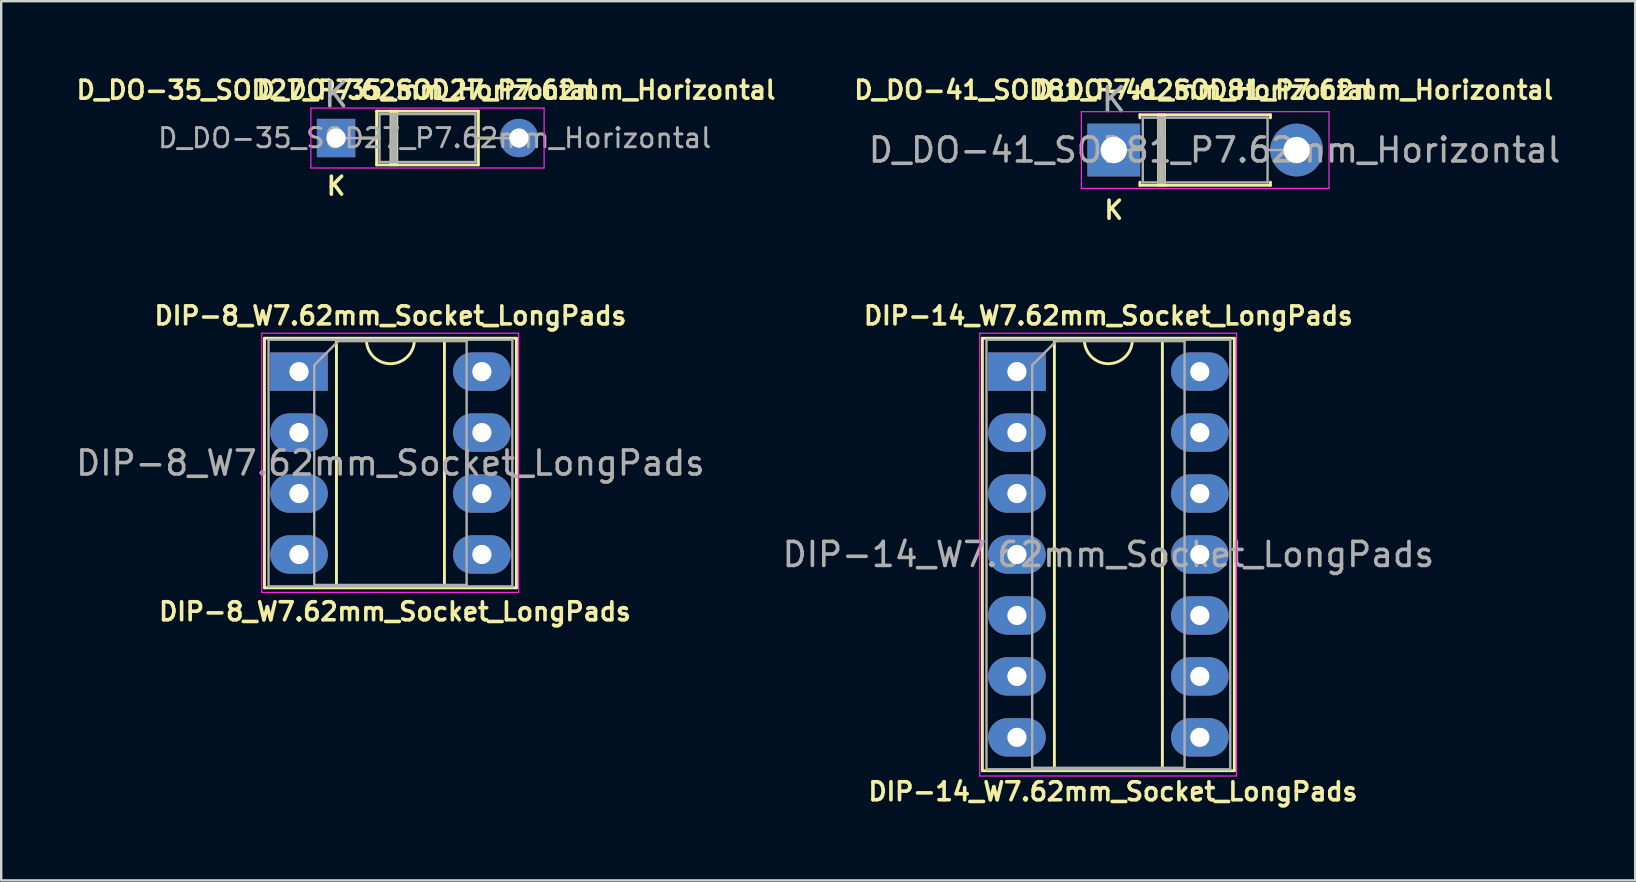
<source format=kicad_pcb>
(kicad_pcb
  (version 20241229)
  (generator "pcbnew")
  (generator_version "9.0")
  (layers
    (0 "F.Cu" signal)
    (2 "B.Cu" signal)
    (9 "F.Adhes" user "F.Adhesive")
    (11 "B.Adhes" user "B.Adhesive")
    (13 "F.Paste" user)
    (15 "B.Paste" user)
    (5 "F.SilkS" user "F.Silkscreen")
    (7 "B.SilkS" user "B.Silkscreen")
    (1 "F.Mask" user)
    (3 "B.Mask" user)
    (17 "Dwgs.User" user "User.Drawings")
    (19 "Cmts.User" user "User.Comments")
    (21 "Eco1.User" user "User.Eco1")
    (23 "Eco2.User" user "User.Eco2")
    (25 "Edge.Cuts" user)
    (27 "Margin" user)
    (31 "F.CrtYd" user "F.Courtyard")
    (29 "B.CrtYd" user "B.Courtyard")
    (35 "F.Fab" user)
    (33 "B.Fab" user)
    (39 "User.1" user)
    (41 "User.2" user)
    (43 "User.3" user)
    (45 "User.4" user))
  (footprint "D_DO-41_SOD81_P7.62mm_Horizontal"
    (layer "F.Cu")
    (at 43.361 3.202)
    (property "Reference" "D_DO-41_SOD81_P7.62mm_Horizontal" (at 0 -2.5 0) (layer "F.SilkS") (effects (font (size 0.75 0.75) (thickness 0.15))))
    (property "Value" "D_DO-41_SOD81_P7.62mm_Horizontal" (at 3.81 2.47 0) (layer "F.Fab") (hide yes) (effects (font (size 1 1) (thickness 0.15))))
    (attr through_hole)
    (fp_line (start 1.09 -1.47) (end 6.53 -1.47) (stroke (width 0.12) (type solid)) (layer "F.SilkS"))
    (fp_line (start 1.09 -1.34) (end 1.09 -1.47) (stroke (width 0.12) (type solid)) (layer "F.SilkS"))
    (fp_line (start 1.09 1.34) (end 1.09 1.47) (stroke (width 0.12) (type solid)) (layer "F.SilkS"))
    (fp_line (start 1.09 1.47) (end 6.53 1.47) (stroke (width 0.12) (type solid)) (layer "F.SilkS"))
    (fp_line (start 1.87 -1.47) (end 1.87 1.47) (stroke (width 0.12) (type solid)) (layer "F.SilkS"))
    (fp_line (start 1.99 -1.47) (end 1.99 1.47) (stroke (width 0.12) (type solid)) (layer "F.SilkS"))
    (fp_line (start 2.11 -1.47) (end 2.11 1.47) (stroke (width 0.12) (type solid)) (layer "F.SilkS"))
    (fp_line (start 6.53 -1.47) (end 6.53 -1.34) (stroke (width 0.12) (type solid)) (layer "F.SilkS"))
    (fp_line (start 6.53 1.47) (end 6.53 1.34) (stroke (width 0.12) (type solid)) (layer "F.SilkS"))
    (fp_line (start -1.35 -1.6) (end -1.35 1.6) (stroke (width 0.05) (type solid)) (layer "F.CrtYd"))
    (fp_line (start -1.35 1.6) (end 8.97 1.6) (stroke (width 0.05) (type solid)) (layer "F.CrtYd"))
    (fp_line (start 8.97 -1.6) (end -1.35 -1.6) (stroke (width 0.05) (type solid)) (layer "F.CrtYd"))
    (fp_line (start 8.97 1.6) (end 8.97 -1.6) (stroke (width 0.05) (type solid)) (layer "F.CrtYd"))
    (fp_line (start 0 0) (end 1.21 0) (stroke (width 0.1) (type solid)) (layer "F.Fab"))
    (fp_line (start 1.21 -1.35) (end 1.21 1.35) (stroke (width 0.1) (type solid)) (layer "F.Fab"))
    (fp_line (start 1.21 1.35) (end 6.41 1.35) (stroke (width 0.1) (type solid)) (layer "F.Fab"))
    (fp_line (start 1.89 -1.35) (end 1.89 1.35) (stroke (width 0.1) (type solid)) (layer "F.Fab"))
    (fp_line (start 1.99 -1.35) (end 1.99 1.35) (stroke (width 0.1) (type solid)) (layer "F.Fab"))
    (fp_line (start 2.09 -1.35) (end 2.09 1.35) (stroke (width 0.1) (type solid)) (layer "F.Fab"))
    (fp_line (start 6.41 -1.35) (end 1.21 -1.35) (stroke (width 0.1) (type solid)) (layer "F.Fab"))
    (fp_line (start 6.41 1.35) (end 6.41 -1.35) (stroke (width 0.1) (type solid)) (layer "F.Fab"))
    (fp_line (start 7.62 0) (end 6.41 0) (stroke (width 0.1) (type solid)) (layer "F.Fab"))
    (fp_text user "K" (at 0 2.5 0) (layer "F.SilkS") (effects (font (size 0.75 0.75) (thickness 0.15))))
    (fp_text user "${VALUE}" (at 7.5 -2.5 0) (layer "F.SilkS") (effects (font (size 0.75 0.75) (thickness 0.15))))
    (fp_text user "K" (at 0 -2.1 0) (layer "F.Fab") (effects (font (size 1 1) (thickness 0.15))))
    (fp_text user "${REFERENCE}" (at 4.2 0 0) (layer "F.Fab") (effects (font (size 1 1) (thickness 0.15))))
    (pad "1" thru_hole rect (at 0 0) (size 2.2 2.2) (drill 1.1) (layers "*.Cu" "*.Mask"))
    (pad "2" thru_hole oval (at 7.62 0) (size 2.2 2.2) (drill 1.1) (layers "*.Cu" "*.Mask")))
  (footprint "DIP-14_W7.62mm_Socket_LongPads"
    (layer "F.Cu")
    (at 39.327 12.436)
    (property "Reference" "DIP-14_W7.62mm_Socket_LongPads" (at 3.81 -2.33 0) (layer "F.SilkS") (effects (font (size 0.75 0.75) (thickness 0.15))))
    (property "Value" "DIP-14_W7.62mm_Socket_LongPads" (at 3.81 17.57 0) (layer "F.Fab") (hide yes) (effects (font (size 1 1) (thickness 0.15))))
    (attr through_hole)
    (fp_line (start -1.44 -1.39) (end -1.44 16.63) (stroke (width 0.12) (type solid)) (layer "F.SilkS"))
    (fp_line (start -1.44 16.63) (end 9.06 16.63) (stroke (width 0.12) (type solid)) (layer "F.SilkS"))
    (fp_line (start 1.56 -1.33) (end 1.56 16.57) (stroke (width 0.12) (type solid)) (layer "F.SilkS"))
    (fp_line (start 1.56 16.57) (end 6.06 16.57) (stroke (width 0.12) (type solid)) (layer "F.SilkS"))
    (fp_line (start 2.81 -1.33) (end 1.56 -1.33) (stroke (width 0.12) (type solid)) (layer "F.SilkS"))
    (fp_line (start 6.06 -1.33) (end 4.81 -1.33) (stroke (width 0.12) (type solid)) (layer "F.SilkS"))
    (fp_line (start 6.06 16.57) (end 6.06 -1.33) (stroke (width 0.12) (type solid)) (layer "F.SilkS"))
    (fp_line (start 9.06 -1.39) (end -1.44 -1.39) (stroke (width 0.12) (type solid)) (layer "F.SilkS"))
    (fp_line (start 9.06 16.63) (end 9.06 -1.39) (stroke (width 0.12) (type solid)) (layer "F.SilkS"))
    (fp_arc (start 4.81 -1.33) (mid 3.81 -0.33) (end 2.81 -1.33) (stroke (width 0.12) (type solid)) (layer "F.SilkS"))
    (fp_line (start -1.55 -1.6) (end -1.55 16.85) (stroke (width 0.05) (type solid)) (layer "F.CrtYd"))
    (fp_line (start -1.55 16.85) (end 9.15 16.85) (stroke (width 0.05) (type solid)) (layer "F.CrtYd"))
    (fp_line (start 9.15 -1.6) (end -1.55 -1.6) (stroke (width 0.05) (type solid)) (layer "F.CrtYd"))
    (fp_line (start 9.15 16.85) (end 9.15 -1.6) (stroke (width 0.05) (type solid)) (layer "F.CrtYd"))
    (fp_line (start -1.27 -1.33) (end -1.27 16.57) (stroke (width 0.1) (type solid)) (layer "F.Fab"))
    (fp_line (start -1.27 16.57) (end 8.89 16.57) (stroke (width 0.1) (type solid)) (layer "F.Fab"))
    (fp_line (start 0.635 -0.27) (end 1.635 -1.27) (stroke (width 0.1) (type solid)) (layer "F.Fab"))
    (fp_line (start 0.635 16.51) (end 0.635 -0.27) (stroke (width 0.1) (type solid)) (layer "F.Fab"))
    (fp_line (start 1.635 -1.27) (end 6.985 -1.27) (stroke (width 0.1) (type solid)) (layer "F.Fab"))
    (fp_line (start 6.985 -1.27) (end 6.985 16.51) (stroke (width 0.1) (type solid)) (layer "F.Fab"))
    (fp_line (start 6.985 16.51) (end 0.635 16.51) (stroke (width 0.1) (type solid)) (layer "F.Fab"))
    (fp_line (start 8.89 -1.33) (end -1.27 -1.33) (stroke (width 0.1) (type solid)) (layer "F.Fab"))
    (fp_line (start 8.89 16.57) (end 8.89 -1.33) (stroke (width 0.1) (type solid)) (layer "F.Fab"))
    (fp_text user "${VALUE}" (at 4 17.5 0) (layer "F.SilkS") (effects (font (size 0.75 0.75) (thickness 0.15))))
    (fp_text user "${REFERENCE}" (at 3.81 7.62 0) (layer "F.Fab") (effects (font (size 1 1) (thickness 0.15))))
    (pad "1" thru_hole rect (at 0 0) (size 2.4 1.6) (drill 0.8) (layers "*.Cu" "*.Mask"))
    (pad "2" thru_hole oval (at 0 2.54) (size 2.4 1.6) (drill 0.8) (layers "*.Cu" "*.Mask"))
    (pad "3" thru_hole oval (at 0 5.08) (size 2.4 1.6) (drill 0.8) (layers "*.Cu" "*.Mask"))
    (pad "4" thru_hole oval (at 0 7.62) (size 2.4 1.6) (drill 0.8) (layers "*.Cu" "*.Mask"))
    (pad "5" thru_hole oval (at 0 10.16) (size 2.4 1.6) (drill 0.8) (layers "*.Cu" "*.Mask"))
    (pad "6" thru_hole oval (at 0 12.7) (size 2.4 1.6) (drill 0.8) (layers "*.Cu" "*.Mask"))
    (pad "7" thru_hole oval (at 0 15.24) (size 2.4 1.6) (drill 0.8) (layers "*.Cu" "*.Mask"))
    (pad "8" thru_hole oval (at 7.62 15.24) (size 2.4 1.6) (drill 0.8) (layers "*.Cu" "*.Mask"))
    (pad "9" thru_hole oval (at 7.62 12.7) (size 2.4 1.6) (drill 0.8) (layers "*.Cu" "*.Mask"))
    (pad "10" thru_hole oval (at 7.62 10.16) (size 2.4 1.6) (drill 0.8) (layers "*.Cu" "*.Mask"))
    (pad "11" thru_hole oval (at 7.62 7.62) (size 2.4 1.6) (drill 0.8) (layers "*.Cu" "*.Mask"))
    (pad "12" thru_hole oval (at 7.62 5.08) (size 2.4 1.6) (drill 0.8) (layers "*.Cu" "*.Mask"))
    (pad "13" thru_hole oval (at 7.62 2.54) (size 2.4 1.6) (drill 0.8) (layers "*.Cu" "*.Mask"))
    (pad "14" thru_hole oval (at 7.62 0) (size 2.4 1.6) (drill 0.8) (layers "*.Cu" "*.Mask")))
  (footprint "D_DO-35_SOD27_P7.62mm_Horizontal"
    (layer "F.Cu")
    (at 10.954 2.702)
    (property "Reference" "D_DO-35_SOD27_P7.62mm_Horizontal" (at 0 -2 0) (layer "F.SilkS") (effects (font (size 0.75 0.75) (thickness 0.15))))
    (property "Value" "D_DO-35_SOD27_P7.62mm_Horizontal" (at 3.81 2.12 0) (layer "F.Fab") (hide yes) (effects (font (size 1 1) (thickness 0.15))))
    (attr through_hole)
    (fp_line (start 1.04 0) (end 1.69 0) (stroke (width 0.12) (type solid)) (layer "F.SilkS"))
    (fp_line (start 1.69 -1.12) (end 1.69 1.12) (stroke (width 0.12) (type solid)) (layer "F.SilkS"))
    (fp_line (start 1.69 1.12) (end 5.93 1.12) (stroke (width 0.12) (type solid)) (layer "F.SilkS"))
    (fp_line (start 2.29 -1.12) (end 2.29 1.12) (stroke (width 0.12) (type solid)) (layer "F.SilkS"))
    (fp_line (start 2.41 -1.12) (end 2.41 1.12) (stroke (width 0.12) (type solid)) (layer "F.SilkS"))
    (fp_line (start 2.53 -1.12) (end 2.53 1.12) (stroke (width 0.12) (type solid)) (layer "F.SilkS"))
    (fp_line (start 5.93 -1.12) (end 1.69 -1.12) (stroke (width 0.12) (type solid)) (layer "F.SilkS"))
    (fp_line (start 5.93 1.12) (end 5.93 -1.12) (stroke (width 0.12) (type solid)) (layer "F.SilkS"))
    (fp_line (start 6.58 0) (end 5.93 0) (stroke (width 0.12) (type solid)) (layer "F.SilkS"))
    (fp_line (start -1.05 -1.25) (end -1.05 1.25) (stroke (width 0.05) (type solid)) (layer "F.CrtYd"))
    (fp_line (start -1.05 1.25) (end 8.67 1.25) (stroke (width 0.05) (type solid)) (layer "F.CrtYd"))
    (fp_line (start 8.67 -1.25) (end -1.05 -1.25) (stroke (width 0.05) (type solid)) (layer "F.CrtYd"))
    (fp_line (start 8.67 1.25) (end 8.67 -1.25) (stroke (width 0.05) (type solid)) (layer "F.CrtYd"))
    (fp_line (start 0 0) (end 1.81 0) (stroke (width 0.1) (type solid)) (layer "F.Fab"))
    (fp_line (start 1.81 -1) (end 1.81 1) (stroke (width 0.1) (type solid)) (layer "F.Fab"))
    (fp_line (start 1.81 1) (end 5.81 1) (stroke (width 0.1) (type solid)) (layer "F.Fab"))
    (fp_line (start 2.31 -1) (end 2.31 1) (stroke (width 0.1) (type solid)) (layer "F.Fab"))
    (fp_line (start 2.41 -1) (end 2.41 1) (stroke (width 0.1) (type solid)) (layer "F.Fab"))
    (fp_line (start 2.51 -1) (end 2.51 1) (stroke (width 0.1) (type solid)) (layer "F.Fab"))
    (fp_line (start 5.81 -1) (end 1.81 -1) (stroke (width 0.1) (type solid)) (layer "F.Fab"))
    (fp_line (start 5.81 1) (end 5.81 -1) (stroke (width 0.1) (type solid)) (layer "F.Fab"))
    (fp_line (start 7.62 0) (end 5.81 0) (stroke (width 0.1) (type solid)) (layer "F.Fab"))
    (fp_text user "K" (at 0 2 0) (layer "F.SilkS") (effects (font (size 0.75 0.75) (thickness 0.15))))
    (fp_text user "${VALUE}" (at 7.5 -2 0) (layer "F.SilkS") (effects (font (size 0.75 0.75) (thickness 0.15))))
    (fp_text user "${REFERENCE}" (at 4.11 0 0) (layer "F.Fab") (effects (font (size 0.8 0.8) (thickness 0.12))))
    (fp_text user "K" (at 0 -1.8 0) (layer "F.Fab") (effects (font (size 1 1) (thickness 0.15))))
    (pad "1" thru_hole rect (at 0 0) (size 1.6 1.6) (drill 0.8) (layers "*.Cu" "*.Mask"))
    (pad "2" thru_hole oval (at 7.62 0) (size 1.6 1.6) (drill 0.8) (layers "*.Cu" "*.Mask")))
  (footprint "DIP-8_W7.62mm_Socket_LongPads"
    (layer "F.Cu")
    (at 9.41 12.436)
    (property "Reference" "DIP-8_W7.62mm_Socket_LongPads" (at 3.81 -2.33 0) (layer "F.SilkS") (effects (font (size 0.75 0.75) (thickness 0.15))))
    (property "Value" "DIP-8_W7.62mm_Socket_LongPads" (at 3.81 9.95 0) (layer "F.Fab") (hide yes) (effects (font (size 1 1) (thickness 0.15))))
    (attr through_hole)
    (fp_line (start -1.44 -1.39) (end -1.44 9.01) (stroke (width 0.12) (type solid)) (layer "F.SilkS"))
    (fp_line (start -1.44 9.01) (end 9.06 9.01) (stroke (width 0.12) (type solid)) (layer "F.SilkS"))
    (fp_line (start 1.56 -1.33) (end 1.56 8.95) (stroke (width 0.12) (type solid)) (layer "F.SilkS"))
    (fp_line (start 1.56 8.95) (end 6.06 8.95) (stroke (width 0.12) (type solid)) (layer "F.SilkS"))
    (fp_line (start 2.81 -1.33) (end 1.56 -1.33) (stroke (width 0.12) (type solid)) (layer "F.SilkS"))
    (fp_line (start 6.06 -1.33) (end 4.81 -1.33) (stroke (width 0.12) (type solid)) (layer "F.SilkS"))
    (fp_line (start 6.06 8.95) (end 6.06 -1.33) (stroke (width 0.12) (type solid)) (layer "F.SilkS"))
    (fp_line (start 9.06 -1.39) (end -1.44 -1.39) (stroke (width 0.12) (type solid)) (layer "F.SilkS"))
    (fp_line (start 9.06 9.01) (end 9.06 -1.39) (stroke (width 0.12) (type solid)) (layer "F.SilkS"))
    (fp_arc (start 4.81 -1.33) (mid 3.81 -0.33) (end 2.81 -1.33) (stroke (width 0.12) (type solid)) (layer "F.SilkS"))
    (fp_line (start -1.55 -1.6) (end -1.55 9.2) (stroke (width 0.05) (type solid)) (layer "F.CrtYd"))
    (fp_line (start -1.55 9.2) (end 9.15 9.2) (stroke (width 0.05) (type solid)) (layer "F.CrtYd"))
    (fp_line (start 9.15 -1.6) (end -1.55 -1.6) (stroke (width 0.05) (type solid)) (layer "F.CrtYd"))
    (fp_line (start 9.15 9.2) (end 9.15 -1.6) (stroke (width 0.05) (type solid)) (layer "F.CrtYd"))
    (fp_line (start -1.27 -1.33) (end -1.27 8.95) (stroke (width 0.1) (type solid)) (layer "F.Fab"))
    (fp_line (start -1.27 8.95) (end 8.89 8.95) (stroke (width 0.1) (type solid)) (layer "F.Fab"))
    (fp_line (start 0.635 -0.27) (end 1.635 -1.27) (stroke (width 0.1) (type solid)) (layer "F.Fab"))
    (fp_line (start 0.635 8.89) (end 0.635 -0.27) (stroke (width 0.1) (type solid)) (layer "F.Fab"))
    (fp_line (start 1.635 -1.27) (end 6.985 -1.27) (stroke (width 0.1) (type solid)) (layer "F.Fab"))
    (fp_line (start 6.985 -1.27) (end 6.985 8.89) (stroke (width 0.1) (type solid)) (layer "F.Fab"))
    (fp_line (start 6.985 8.89) (end 0.635 8.89) (stroke (width 0.1) (type solid)) (layer "F.Fab"))
    (fp_line (start 8.89 -1.33) (end -1.27 -1.33) (stroke (width 0.1) (type solid)) (layer "F.Fab"))
    (fp_line (start 8.89 8.95) (end 8.89 -1.33) (stroke (width 0.1) (type solid)) (layer "F.Fab"))
    (fp_text user "${VALUE}" (at 4 10 0) (layer "F.SilkS") (effects (font (size 0.75 0.75) (thickness 0.15))))
    (fp_text user "${REFERENCE}" (at 3.81 3.81 0) (layer "F.Fab") (effects (font (size 1 1) (thickness 0.15))))
    (pad "1" thru_hole rect (at 0 0) (size 2.4 1.6) (drill 0.8) (layers "*.Cu" "*.Mask"))
    (pad "2" thru_hole oval (at 0 2.54) (size 2.4 1.6) (drill 0.8) (layers "*.Cu" "*.Mask"))
    (pad "3" thru_hole oval (at 0 5.08) (size 2.4 1.6) (drill 0.8) (layers "*.Cu" "*.Mask"))
    (pad "4" thru_hole oval (at 0 7.62) (size 2.4 1.6) (drill 0.8) (layers "*.Cu" "*.Mask"))
    (pad "5" thru_hole oval (at 7.62 7.62) (size 2.4 1.6) (drill 0.8) (layers "*.Cu" "*.Mask"))
    (pad "6" thru_hole oval (at 7.62 5.08) (size 2.4 1.6) (drill 0.8) (layers "*.Cu" "*.Mask"))
    (pad "7" thru_hole oval (at 7.62 2.54) (size 2.4 1.6) (drill 0.8) (layers "*.Cu" "*.Mask"))
    (pad "8" thru_hole oval (at 7.62 0) (size 2.4 1.6) (drill 0.8) (layers "*.Cu" "*.Mask")))
  (gr_rect
    (start -3 -3)
    (end 65.09 33.638)
    (stroke (width 0.1) (type default))
    (fill no)
    (layer "Edge.Cuts")))
</source>
